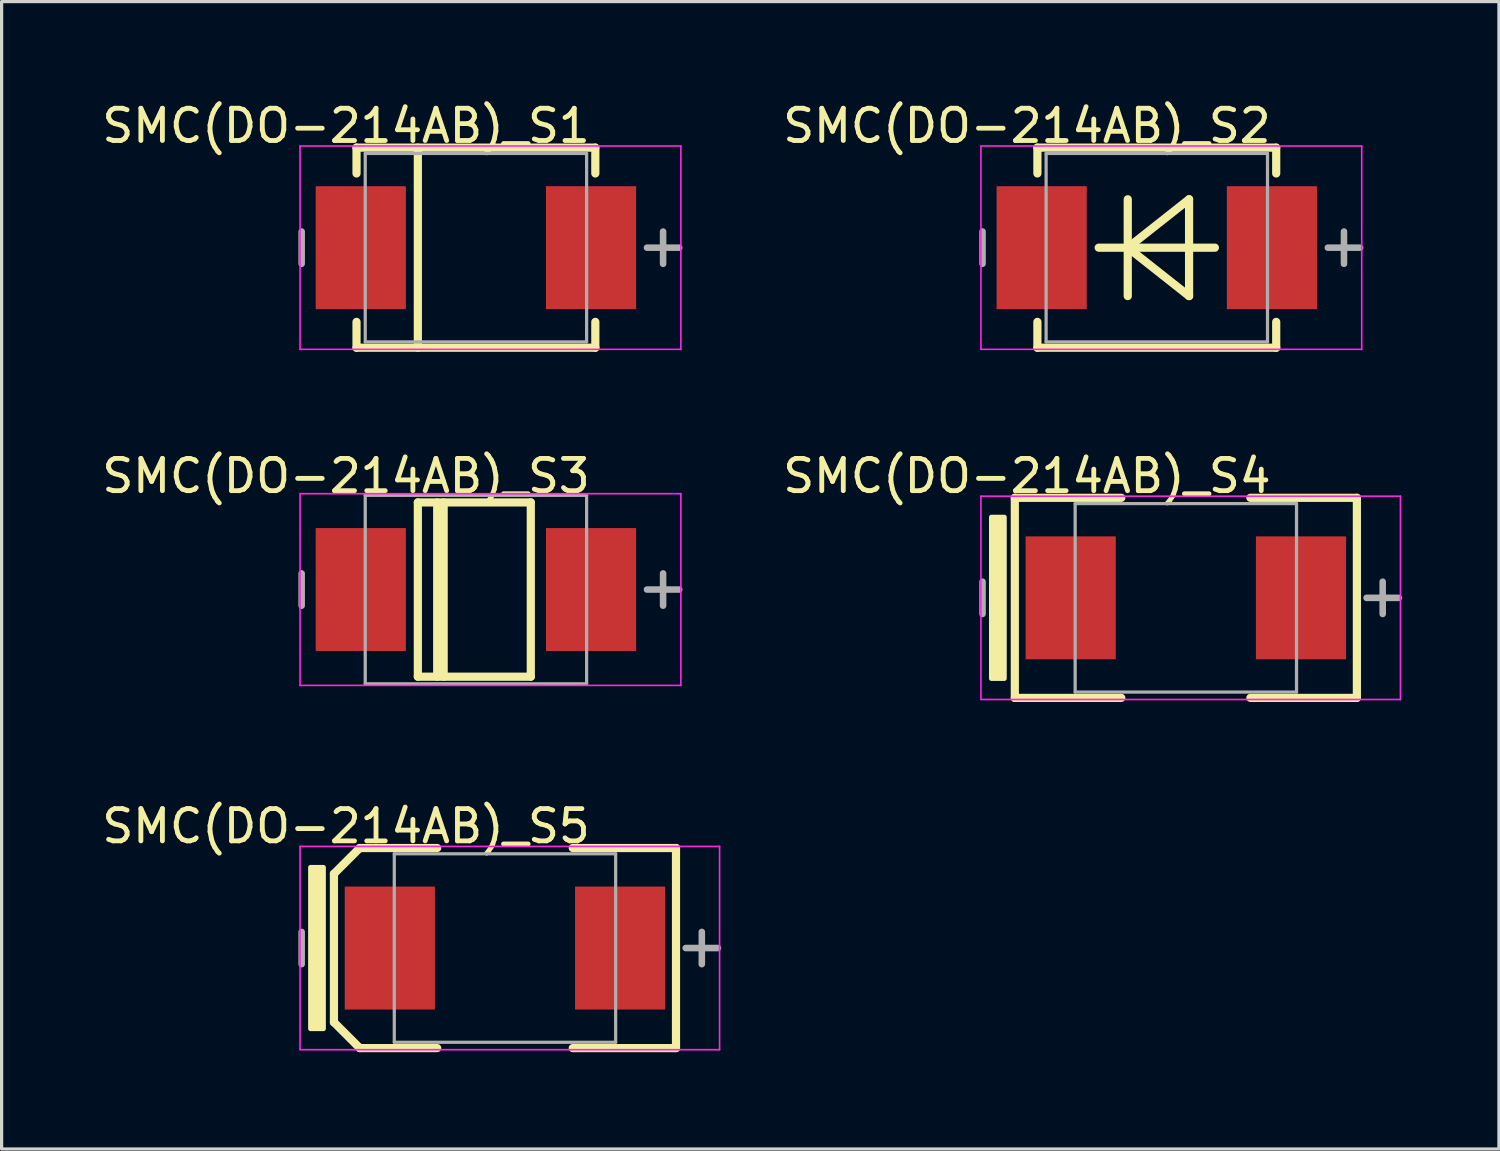
<source format=kicad_pcb>
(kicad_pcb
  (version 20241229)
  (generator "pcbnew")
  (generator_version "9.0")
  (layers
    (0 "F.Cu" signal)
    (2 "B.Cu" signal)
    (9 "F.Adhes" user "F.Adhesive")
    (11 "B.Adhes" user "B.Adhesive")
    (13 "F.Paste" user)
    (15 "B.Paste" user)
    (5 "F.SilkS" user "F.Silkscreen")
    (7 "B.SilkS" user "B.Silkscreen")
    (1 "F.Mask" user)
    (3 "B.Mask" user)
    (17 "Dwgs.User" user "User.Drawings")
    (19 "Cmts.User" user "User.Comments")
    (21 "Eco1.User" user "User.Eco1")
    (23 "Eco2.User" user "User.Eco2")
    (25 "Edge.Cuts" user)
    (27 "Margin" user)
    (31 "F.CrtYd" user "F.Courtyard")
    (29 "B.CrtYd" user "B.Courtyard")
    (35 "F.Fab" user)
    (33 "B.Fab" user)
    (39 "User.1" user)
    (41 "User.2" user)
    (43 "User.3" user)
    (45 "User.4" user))
  (footprint "SMC(DO-214AB)_S1"
    (layer "F.Cu")
    (at 11.698 4.625)
    (property "Reference" "SMC(DO-214AB)_S1" (at -4.025 -3.776 0) (layer "F.SilkS") (effects (font (size 1 1) (thickness 0.15))))
    (attr through_hole)
    (fp_line (start -3.7 -3.1) (end 3.7 -3.1) (stroke (width 0.254) (type solid)) (layer "F.SilkS"))
    (fp_line (start -3.7 -2.3) (end -3.7 -3.1) (stroke (width 0.254) (type solid)) (layer "F.SilkS"))
    (fp_line (start -3.7 3.1) (end -3.7 2.3) (stroke (width 0.254) (type solid)) (layer "F.SilkS"))
    (fp_line (start -3.7 3.1) (end 3.7 3.1) (stroke (width 0.254) (type solid)) (layer "F.SilkS"))
    (fp_line (start -1.8 3.1) (end -1.8 -3.1) (stroke (width 0.254) (type solid)) (layer "F.SilkS"))
    (fp_line (start 3.7 -2.3) (end 3.7 -3.1) (stroke (width 0.254) (type solid)) (layer "F.SilkS"))
    (fp_line (start 3.7 3.1) (end 3.7 2.3) (stroke (width 0.254) (type solid)) (layer "F.SilkS"))
    (fp_line (start -5.45 -3.15) (end 6.35 -3.15) (stroke (width 0.05) (type solid)) (layer "F.CrtYd"))
    (fp_line (start -5.45 3.15) (end -5.45 -3.15) (stroke (width 0.05) (type solid)) (layer "F.CrtYd"))
    (fp_line (start 6.35 -3.15) (end 6.35 3.15) (stroke (width 0.05) (type solid)) (layer "F.CrtYd"))
    (fp_line (start 6.35 3.15) (end -5.45 3.15) (stroke (width 0.05) (type solid)) (layer "F.CrtYd"))
    (fp_line (start -5.4 0.5) (end -5.4 -0.5) (stroke (width 0.203) (type solid)) (layer "F.Fab"))
    (fp_line (start -3.43 -2.92) (end 3.43 -2.92) (stroke (width 0.1) (type solid)) (layer "F.Fab"))
    (fp_line (start -3.43 2.92) (end -3.43 -2.92) (stroke (width 0.1) (type solid)) (layer "F.Fab"))
    (fp_line (start -3.43 2.92) (end 3.43 2.92) (stroke (width 0.1) (type solid)) (layer "F.Fab"))
    (fp_line (start 3.43 2.92) (end 3.43 -2.92) (stroke (width 0.1) (type solid)) (layer "F.Fab"))
    (fp_line (start 5.3 0) (end 6.3 0) (stroke (width 0.203) (type solid)) (layer "F.Fab"))
    (fp_line (start 5.8 0.5) (end 5.8 -0.5) (stroke (width 0.203) (type solid)) (layer "F.Fab"))
    (pad "1" smd rect (at 3.568 0 270) (size 3.81 2.794) (layers "F.Cu" "F.Mask" "F.Paste"))
    (pad "2" smd rect (at -3.568 0 270) (size 3.81 2.794) (layers "F.Cu" "F.Mask" "F.Paste")))
  (footprint "SMC(DO-214AB)_S4"
    (layer "F.Cu")
    (at 33.697 15.476)
    (property "Reference" "SMC(DO-214AB)_S4" (at -4.925 -3.776 0) (layer "F.SilkS") (effects (font (size 1 1) (thickness 0.15))))
    (attr through_hole)
    (fp_line (start -5.3 -3.1) (end -2 -3.1) (stroke (width 0.254) (type solid)) (layer "F.SilkS"))
    (fp_line (start -5.3 3.1) (end -5.3 -3.1) (stroke (width 0.254) (type solid)) (layer "F.SilkS"))
    (fp_line (start -5.3 3.1) (end -2 3.1) (stroke (width 0.254) (type solid)) (layer "F.SilkS"))
    (fp_line (start 2 -3.1) (end 5.3 -3.1) (stroke (width 0.254) (type solid)) (layer "F.SilkS"))
    (fp_line (start 2 3.1) (end 5.3 3.1) (stroke (width 0.254) (type solid)) (layer "F.SilkS"))
    (fp_line (start 5.3 3.1) (end 5.3 -3.1) (stroke (width 0.254) (type solid)) (layer "F.SilkS"))
    (fp_poly (pts (xy -6.025 2.5) (xy -5.625 2.5) (xy -5.625 -2.5) (xy -6.025 -2.5)) (stroke (width 0.15) (type solid)) (fill yes) (layer "F.SilkS"))
    (fp_line (start -6.35 -3.15) (end 6.65 -3.15) (stroke (width 0.05) (type solid)) (layer "F.CrtYd"))
    (fp_line (start -6.35 3.15) (end -6.35 -3.15) (stroke (width 0.05) (type solid)) (layer "F.CrtYd"))
    (fp_line (start 6.65 -3.15) (end 6.65 3.15) (stroke (width 0.05) (type solid)) (layer "F.CrtYd"))
    (fp_line (start 6.65 3.15) (end -6.35 3.15) (stroke (width 0.05) (type solid)) (layer "F.CrtYd"))
    (fp_line (start -6.3 0.5) (end -6.3 -0.5) (stroke (width 0.203) (type solid)) (layer "F.Fab"))
    (fp_line (start -3.43 -2.92) (end 3.43 -2.92) (stroke (width 0.1) (type solid)) (layer "F.Fab"))
    (fp_line (start -3.43 2.92) (end -3.43 -2.92) (stroke (width 0.1) (type solid)) (layer "F.Fab"))
    (fp_line (start -3.43 2.92) (end 3.43 2.92) (stroke (width 0.1) (type solid)) (layer "F.Fab"))
    (fp_line (start 3.43 2.92) (end 3.43 -2.92) (stroke (width 0.1) (type solid)) (layer "F.Fab"))
    (fp_line (start 5.6 0) (end 6.6 0) (stroke (width 0.203) (type solid)) (layer "F.Fab"))
    (fp_line (start 6.1 0.5) (end 6.1 -0.5) (stroke (width 0.203) (type solid)) (layer "F.Fab"))
    (pad "1" smd rect (at 3.568 0 270) (size 3.81 2.794) (layers "F.Cu" "F.Mask" "F.Paste"))
    (pad "2" smd rect (at -3.568 0 270) (size 3.81 2.794) (layers "F.Cu" "F.Mask" "F.Paste")))
  (footprint "SMC(DO-214AB)_S3"
    (layer "F.Cu")
    (at 11.698 15.219)
    (property "Reference" "SMC(DO-214AB)_S3" (at -4.025 -3.519 0) (layer "F.SilkS") (effects (font (size 1 1) (thickness 0.15))))
    (attr through_hole)
    (fp_line (start -1.8 -2.7) (end 1.7 -2.7) (stroke (width 0.254) (type solid)) (layer "F.SilkS"))
    (fp_line (start -1.8 2.7) (end -1.8 -2.7) (stroke (width 0.254) (type solid)) (layer "F.SilkS"))
    (fp_line (start -1.8 2.7) (end 1.7 2.7) (stroke (width 0.254) (type solid)) (layer "F.SilkS"))
    (fp_line (start -1.2 2.7) (end -1.2 -2.7) (stroke (width 0.254) (type solid)) (layer "F.SilkS"))
    (fp_line (start -1 2.7) (end -1 -2.7) (stroke (width 0.254) (type solid)) (layer "F.SilkS"))
    (fp_line (start 1.7 2.7) (end 1.7 -2.7) (stroke (width 0.254) (type solid)) (layer "F.SilkS"))
    (fp_line (start -5.45 -2.97) (end 6.35 -2.97) (stroke (width 0.05) (type solid)) (layer "F.CrtYd"))
    (fp_line (start -5.45 2.97) (end -5.45 -2.97) (stroke (width 0.05) (type solid)) (layer "F.CrtYd"))
    (fp_line (start 6.35 -2.97) (end 6.35 2.97) (stroke (width 0.05) (type solid)) (layer "F.CrtYd"))
    (fp_line (start 6.35 2.97) (end -5.45 2.97) (stroke (width 0.05) (type solid)) (layer "F.CrtYd"))
    (fp_line (start -5.4 0.5) (end -5.4 -0.5) (stroke (width 0.203) (type solid)) (layer "F.Fab"))
    (fp_line (start -3.43 -2.92) (end 3.43 -2.92) (stroke (width 0.1) (type solid)) (layer "F.Fab"))
    (fp_line (start -3.43 2.92) (end -3.43 -2.92) (stroke (width 0.1) (type solid)) (layer "F.Fab"))
    (fp_line (start -3.43 2.92) (end 3.43 2.92) (stroke (width 0.1) (type solid)) (layer "F.Fab"))
    (fp_line (start 3.43 2.92) (end 3.43 -2.92) (stroke (width 0.1) (type solid)) (layer "F.Fab"))
    (fp_line (start 5.3 0) (end 6.3 0) (stroke (width 0.203) (type solid)) (layer "F.Fab"))
    (fp_line (start 5.8 0.5) (end 5.8 -0.5) (stroke (width 0.203) (type solid)) (layer "F.Fab"))
    (pad "1" smd rect (at 3.568 0 270) (size 3.81 2.794) (layers "F.Cu" "F.Mask" "F.Paste"))
    (pad "2" smd rect (at -3.568 0 270) (size 3.81 2.794) (layers "F.Cu" "F.Mask" "F.Paste")))
  (footprint "SMC(DO-214AB)_S5"
    (layer "F.Cu")
    (at 12.598 26.328)
    (property "Reference" "SMC(DO-214AB)_S5" (at -4.925 -3.776 0) (layer "F.SilkS") (effects (font (size 1 1) (thickness 0.15))))
    (attr through_hole)
    (fp_line (start -5.3 -2.3) (end -4.5 -3.1) (stroke (width 0.254) (type solid)) (layer "F.SilkS"))
    (fp_line (start -5.3 2.3) (end -5.3 -2.3) (stroke (width 0.254) (type solid)) (layer "F.SilkS"))
    (fp_line (start -5.3 2.3) (end -4.5 3.1) (stroke (width 0.254) (type solid)) (layer "F.SilkS"))
    (fp_line (start -4.5 -3.1) (end -2.1 -3.1) (stroke (width 0.254) (type solid)) (layer "F.SilkS"))
    (fp_line (start -4.5 3.1) (end -2.1 3.1) (stroke (width 0.254) (type solid)) (layer "F.SilkS"))
    (fp_line (start 2.1 -3.1) (end 5.3 -3.1) (stroke (width 0.254) (type solid)) (layer "F.SilkS"))
    (fp_line (start 2.1 3.1) (end 5.3 3.1) (stroke (width 0.254) (type solid)) (layer "F.SilkS"))
    (fp_line (start 5.3 3.1) (end 5.3 -3.1) (stroke (width 0.254) (type solid)) (layer "F.SilkS"))
    (fp_poly (pts (xy -6.025 2.5) (xy -5.625 2.5) (xy -5.625 -2.5) (xy -6.025 -2.5)) (stroke (width 0.15) (type solid)) (fill yes) (layer "F.SilkS"))
    (fp_line (start -6.35 -3.15) (end 6.65 -3.15) (stroke (width 0.05) (type solid)) (layer "F.CrtYd"))
    (fp_line (start -6.35 3.15) (end -6.35 -3.15) (stroke (width 0.05) (type solid)) (layer "F.CrtYd"))
    (fp_line (start 6.65 -3.15) (end 6.65 3.15) (stroke (width 0.05) (type solid)) (layer "F.CrtYd"))
    (fp_line (start 6.65 3.15) (end -6.35 3.15) (stroke (width 0.05) (type solid)) (layer "F.CrtYd"))
    (fp_line (start -6.3 0.5) (end -6.3 -0.5) (stroke (width 0.203) (type solid)) (layer "F.Fab"))
    (fp_line (start -3.43 -2.92) (end 3.43 -2.92) (stroke (width 0.1) (type solid)) (layer "F.Fab"))
    (fp_line (start -3.43 2.92) (end -3.43 -2.92) (stroke (width 0.1) (type solid)) (layer "F.Fab"))
    (fp_line (start -3.43 2.92) (end 3.43 2.92) (stroke (width 0.1) (type solid)) (layer "F.Fab"))
    (fp_line (start 3.43 2.92) (end 3.43 -2.92) (stroke (width 0.1) (type solid)) (layer "F.Fab"))
    (fp_line (start 5.6 0) (end 6.6 0) (stroke (width 0.203) (type solid)) (layer "F.Fab"))
    (fp_line (start 6.1 0.5) (end 6.1 -0.5) (stroke (width 0.203) (type solid)) (layer "F.Fab"))
    (pad "1" smd rect (at 3.568 0 270) (size 3.81 2.794) (layers "F.Cu" "F.Mask" "F.Paste"))
    (pad "2" smd rect (at -3.568 0 270) (size 3.81 2.794) (layers "F.Cu" "F.Mask" "F.Paste")))
  (footprint "SMC(DO-214AB)_S2"
    (layer "F.Cu")
    (at 32.797 4.625)
    (property "Reference" "SMC(DO-214AB)_S2" (at -4.025 -3.776 0) (layer "F.SilkS") (effects (font (size 1 1) (thickness 0.15))))
    (attr through_hole)
    (fp_line (start -3.7 -3.1) (end 3.7 -3.1) (stroke (width 0.254) (type solid)) (layer "F.SilkS"))
    (fp_line (start -3.7 -2.3) (end -3.7 -3.1) (stroke (width 0.254) (type solid)) (layer "F.SilkS"))
    (fp_line (start -3.7 3.1) (end -3.7 2.3) (stroke (width 0.254) (type solid)) (layer "F.SilkS"))
    (fp_line (start -3.7 3.1) (end 3.7 3.1) (stroke (width 0.254) (type solid)) (layer "F.SilkS"))
    (fp_line (start -1.8 0) (end 1.8 0) (stroke (width 0.254) (type solid)) (layer "F.SilkS"))
    (fp_line (start -0.9 0) (end 1 -1.5) (stroke (width 0.254) (type solid)) (layer "F.SilkS"))
    (fp_line (start -0.9 0) (end 1 1.5) (stroke (width 0.254) (type solid)) (layer "F.SilkS"))
    (fp_line (start -0.9 1.5) (end -0.9 -1.5) (stroke (width 0.254) (type solid)) (layer "F.SilkS"))
    (fp_line (start 1 1.5) (end 1 -1.5) (stroke (width 0.254) (type solid)) (layer "F.SilkS"))
    (fp_line (start 3.7 -2.3) (end 3.7 -3.1) (stroke (width 0.254) (type solid)) (layer "F.SilkS"))
    (fp_line (start 3.7 3.1) (end 3.7 2.3) (stroke (width 0.254) (type solid)) (layer "F.SilkS"))
    (fp_line (start -5.45 -3.15) (end 6.35 -3.15) (stroke (width 0.05) (type solid)) (layer "F.CrtYd"))
    (fp_line (start -5.45 3.15) (end -5.45 -3.15) (stroke (width 0.05) (type solid)) (layer "F.CrtYd"))
    (fp_line (start 6.35 -3.15) (end 6.35 3.15) (stroke (width 0.05) (type solid)) (layer "F.CrtYd"))
    (fp_line (start 6.35 3.15) (end -5.45 3.15) (stroke (width 0.05) (type solid)) (layer "F.CrtYd"))
    (fp_line (start -5.4 0.5) (end -5.4 -0.5) (stroke (width 0.203) (type solid)) (layer "F.Fab"))
    (fp_line (start -3.43 -2.92) (end 3.43 -2.92) (stroke (width 0.1) (type solid)) (layer "F.Fab"))
    (fp_line (start -3.43 2.92) (end -3.43 -2.92) (stroke (width 0.1) (type solid)) (layer "F.Fab"))
    (fp_line (start -3.43 2.92) (end 3.43 2.92) (stroke (width 0.1) (type solid)) (layer "F.Fab"))
    (fp_line (start 3.43 2.92) (end 3.43 -2.92) (stroke (width 0.1) (type solid)) (layer "F.Fab"))
    (fp_line (start 5.3 0) (end 6.3 0) (stroke (width 0.203) (type solid)) (layer "F.Fab"))
    (fp_line (start 5.8 0.5) (end 5.8 -0.5) (stroke (width 0.203) (type solid)) (layer "F.Fab"))
    (pad "1" smd rect (at 3.568 0 270) (size 3.81 2.794) (layers "F.Cu" "F.Mask" "F.Paste"))
    (pad "2" smd rect (at -3.568 0 270) (size 3.81 2.794) (layers "F.Cu" "F.Mask" "F.Paste")))
  (gr_rect
    (start -3 -3)
    (end 43.399 32.555)
    (stroke (width 0.1) (type default))
    (fill no)
    (layer "Edge.Cuts")))
</source>
